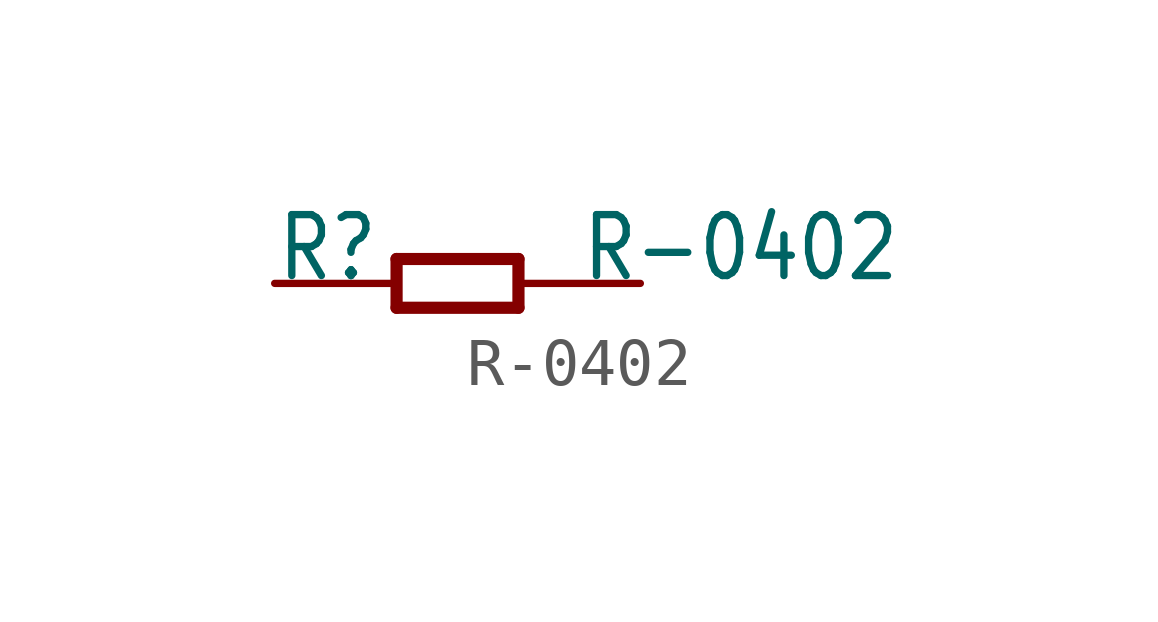
<source format=kicad_sym>
(kicad_symbol_lib
  (version 20211014)
  (generator kicad_symbol_editor)
  (symbol "R-0402"
    (property "Reference" "R"
      (at -3.81 0 0)
      (effects (font (size 1.27 1.079)) (justify left bottom)))
    (property "Value" "R-0402"
      (at 2.54 0 0)
      (effects (font (size 1.27 1.079)) (justify left bottom)))
    (property "ki_locked" ""
      (at 0 0 0)
      (effects (font (size 1.27 1.27))))
    (symbol "R-0402_1_0"
      (polyline (pts (xy -1.27 -0.508) (xy -1.27 0.508)) (stroke (width 0.254) (type default) (color 0 0 0 0)) (fill (type none)))
      (polyline (pts (xy -1.27 0.508) (xy 1.27 0.508)) (stroke (width 0.254) (type default) (color 0 0 0 0)) (fill (type none)))
      (polyline (pts (xy 1.27 -0.508) (xy -1.27 -0.508)) (stroke (width 0.254) (type default) (color 0 0 0 0)) (fill (type none)))
      (polyline (pts (xy 1.27 0.508) (xy 1.27 -0.508)) (stroke (width 0.254) (type default) (color 0 0 0 0)) (fill (type none)))
      (pin passive line (at -3.81 0 0) (length 2.54) (name "1" (effects (font (size 0 0)))) (number "1" (effects (font (size 0 0)))))
      (pin passive line (at 3.81 0 180) (length 2.54) (name "2" (effects (font (size 0 0)))) (number "2" (effects (font (size 0 0))))))))
</source>
